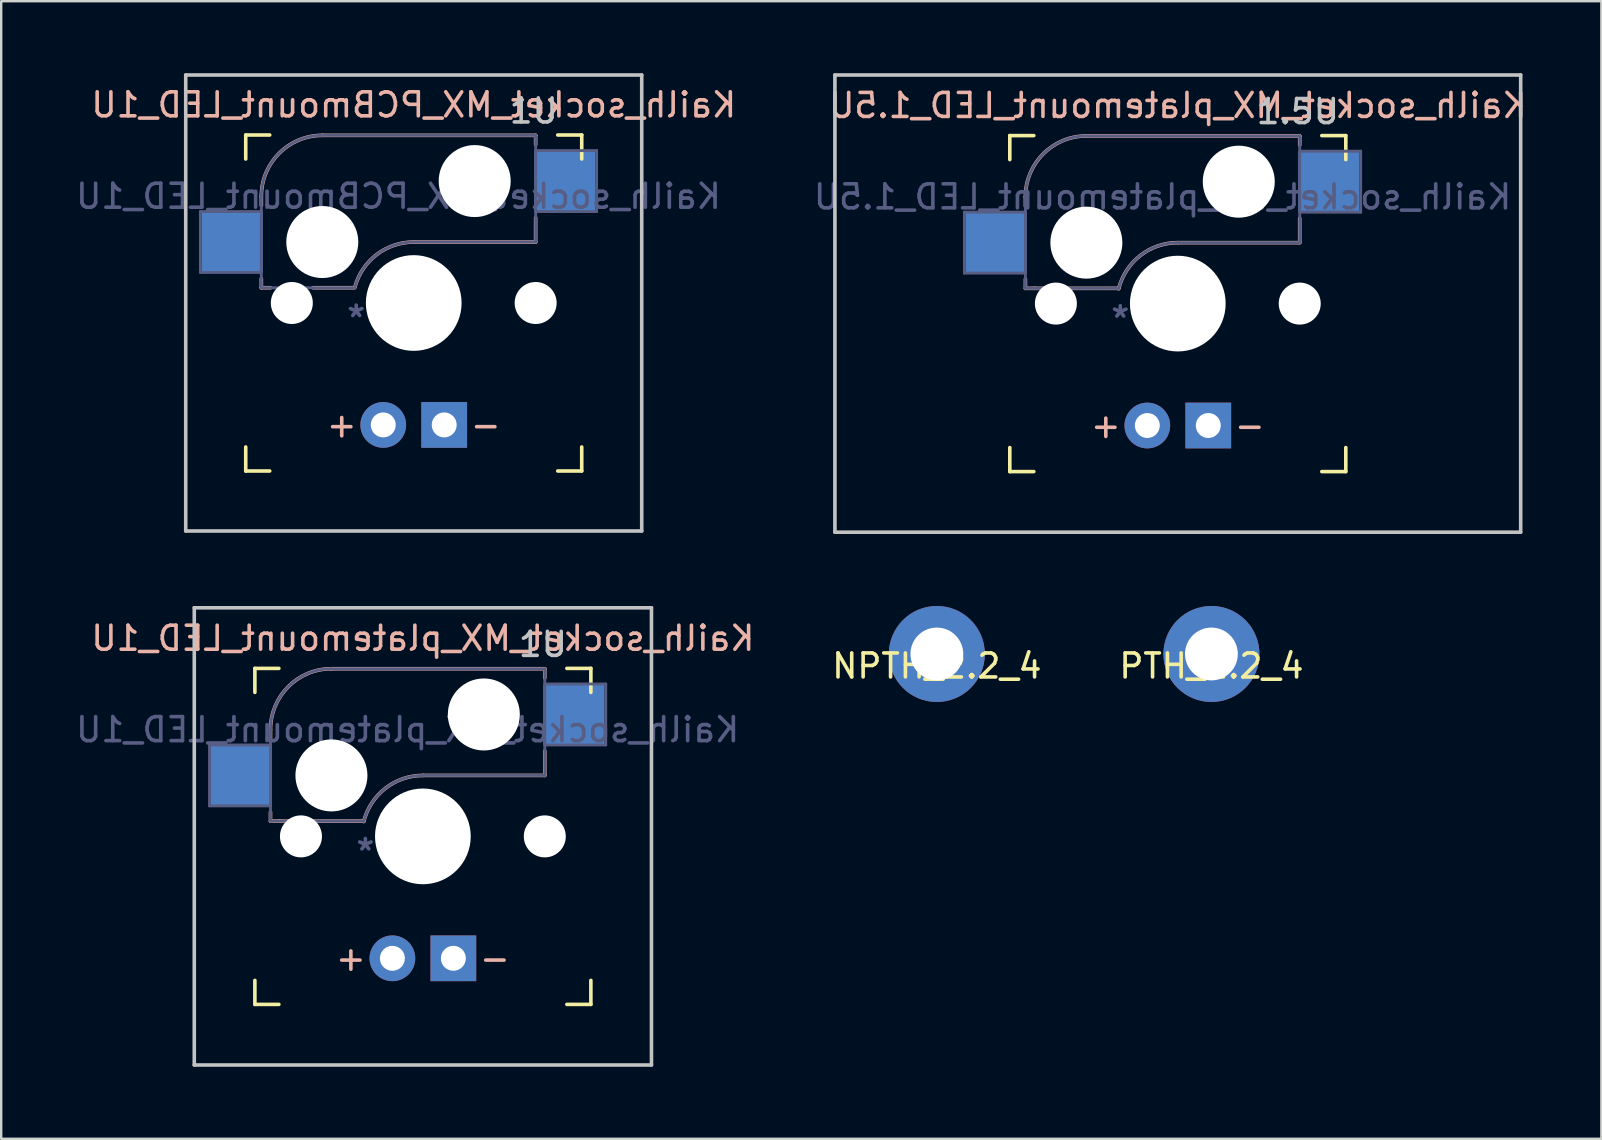
<source format=kicad_pcb>
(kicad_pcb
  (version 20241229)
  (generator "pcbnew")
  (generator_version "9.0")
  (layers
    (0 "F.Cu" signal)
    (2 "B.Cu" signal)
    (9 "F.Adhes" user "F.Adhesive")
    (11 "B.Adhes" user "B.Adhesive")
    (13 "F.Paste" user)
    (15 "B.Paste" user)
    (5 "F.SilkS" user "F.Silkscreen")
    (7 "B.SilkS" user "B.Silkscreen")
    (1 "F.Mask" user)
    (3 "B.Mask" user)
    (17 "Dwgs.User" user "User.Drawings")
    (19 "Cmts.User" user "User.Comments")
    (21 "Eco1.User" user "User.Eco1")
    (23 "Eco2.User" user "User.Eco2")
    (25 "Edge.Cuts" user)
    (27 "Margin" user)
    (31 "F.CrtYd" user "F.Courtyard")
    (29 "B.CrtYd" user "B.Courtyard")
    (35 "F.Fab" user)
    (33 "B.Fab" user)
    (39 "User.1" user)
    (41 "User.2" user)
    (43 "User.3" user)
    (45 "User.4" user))
  (footprint "Kailh_socket_MX_platemount_LED_1.5U"
    (layer "F.Cu")
    (at 46.026 9.6)
    (property "Reference" "Kailh_socket_MX_platemount_LED_1.5U" (at 0 -8.255 0) (layer "B.SilkS") (effects (font (size 1 1) (thickness 0.15)) (justify mirror)))
    (property "Value" "REF**" (at 0 3 0) (layer "F.Fab") (hide yes) (effects (font (size 1 1) (thickness 0.15))))
    (attr smd)
    (fp_line (start -7 -6) (end -7 -7) (stroke (width 0.15) (type solid)) (layer "F.SilkS"))
    (fp_line (start -7 7) (end -7 6) (stroke (width 0.15) (type solid)) (layer "F.SilkS"))
    (fp_line (start -7 7) (end -6 7) (stroke (width 0.15) (type solid)) (layer "F.SilkS"))
    (fp_line (start -6 -7) (end -7 -7) (stroke (width 0.15) (type solid)) (layer "F.SilkS"))
    (fp_line (start 6 7) (end 7 7) (stroke (width 0.15) (type solid)) (layer "F.SilkS"))
    (fp_line (start 7 -7) (end 6 -7) (stroke (width 0.15) (type solid)) (layer "F.SilkS"))
    (fp_line (start 7 -7) (end 7 -6) (stroke (width 0.15) (type solid)) (layer "F.SilkS"))
    (fp_line (start 7 6) (end 7 7) (stroke (width 0.15) (type solid)) (layer "F.SilkS"))
    (fp_line (start -6.35 -4.445) (end -6.35 -4.064) (stroke (width 0.15) (type solid)) (layer "B.SilkS"))
    (fp_line (start -6.35 -1.016) (end -6.35 -0.635) (stroke (width 0.15) (type solid)) (layer "B.SilkS"))
    (fp_line (start -5.969 -0.635) (end -6.35 -0.635) (stroke (width 0.15) (type solid)) (layer "B.SilkS"))
    (fp_line (start -3.81 -6.985) (end 5.08 -6.985) (stroke (width 0.15) (type solid)) (layer "B.SilkS"))
    (fp_line (start -2.464 -0.635) (end -5.969 -0.635) (stroke (width 0.15) (type solid)) (layer "B.SilkS"))
    (fp_line (start 5.08 -6.985) (end 5.08 -6.604) (stroke (width 0.15) (type solid)) (layer "B.SilkS"))
    (fp_line (start 5.08 -3.556) (end 5.08 -2.54) (stroke (width 0.15) (type solid)) (layer "B.SilkS"))
    (fp_line (start 5.08 -2.54) (end 0 -2.54) (stroke (width 0.15) (type solid)) (layer "B.SilkS"))
    (fp_arc (start -6.35 -4.445) (mid -5.606051 -6.241051) (end -3.81 -6.985) (stroke (width 0.15) (type solid)) (layer "B.SilkS"))
    (fp_arc (start -2.464162 -0.61604) (mid -1.563147 -2.002042) (end 0 -2.54) (stroke (width 0.15) (type solid)) (layer "B.SilkS"))
    (fp_line (start -14.287 -9.525) (end 14.287 -9.525) (stroke (width 0.15) (type solid)) (layer "Dwgs.User"))
    (fp_line (start -14.287 9.525) (end -14.287 -9.525) (stroke (width 0.15) (type solid)) (layer "Dwgs.User"))
    (fp_line (start 14.287 -9.525) (end 14.287 9.525) (stroke (width 0.15) (type solid)) (layer "Dwgs.User"))
    (fp_line (start 14.287 9.525) (end -14.287 9.525) (stroke (width 0.15) (type solid)) (layer "Dwgs.User"))
    (fp_line (start -8.89 -3.81) (end -6.35 -3.81) (stroke (width 0.12) (type solid)) (layer "B.Fab"))
    (fp_line (start -8.89 -1.27) (end -8.89 -3.81) (stroke (width 0.12) (type solid)) (layer "B.Fab"))
    (fp_line (start -6.35 -1.27) (end -8.89 -1.27) (stroke (width 0.12) (type solid)) (layer "B.Fab"))
    (fp_line (start -6.35 -0.635) (end -6.35 -4.445) (stroke (width 0.12) (type solid)) (layer "B.Fab"))
    (fp_line (start -6.35 -0.635) (end -2.54 -0.635) (stroke (width 0.12) (type solid)) (layer "B.Fab"))
    (fp_line (start -3.81 -6.985) (end 5.08 -6.985) (stroke (width 0.12) (type solid)) (layer "B.Fab"))
    (fp_line (start 5.08 -6.985) (end 5.08 -2.54) (stroke (width 0.12) (type solid)) (layer "B.Fab"))
    (fp_line (start 5.08 -6.35) (end 7.62 -6.35) (stroke (width 0.12) (type solid)) (layer "B.Fab"))
    (fp_line (start 5.08 -2.54) (end 0 -2.54) (stroke (width 0.12) (type solid)) (layer "B.Fab"))
    (fp_line (start 7.62 -6.35) (end 7.62 -3.81) (stroke (width 0.12) (type solid)) (layer "B.Fab"))
    (fp_line (start 7.62 -3.81) (end 5.08 -3.81) (stroke (width 0.12) (type solid)) (layer "B.Fab"))
    (fp_arc (start -6.35 -4.445) (mid -5.606051 -6.241051) (end -3.81 -6.985) (stroke (width 0.12) (type solid)) (layer "B.Fab"))
    (fp_arc (start -2.464162 -0.61604) (mid -1.563147 -2.002042) (end 0 -2.54) (stroke (width 0.12) (type solid)) (layer "B.Fab"))
    (fp_text user "+" (at -3 5.08 0) (layer "B.SilkS") (effects (font (size 1 1) (thickness 0.15))))
    (fp_text user "-" (at 3 5.08 0) (layer "B.SilkS") (effects (font (size 1 1) (thickness 0.15))))
    (fp_text user "1.5U" (at 5 -8 0) (layer "Dwgs.User") (effects (font (size 1 1) (thickness 0.15))))
    (fp_text user "${VALUE}" (at -0.635 0.635 0) (layer "B.Fab") (effects (font (size 1 1) (thickness 0.15)) (justify mirror)))
    (fp_text user "${REFERENCE}" (at -0.635 -4.445 0) (layer "B.Fab") (effects (font (size 1 1) (thickness 0.15)) (justify mirror)))
    (pad "" np_thru_hole circle (at -5.08 0 48) (size 1.75 1.75) (drill 1.75) (layers "*.Cu" "*.Mask"))
    (pad "" np_thru_hole circle (at -3.81 -2.54) (size 3 3) (drill 3) (layers "*.Cu" "*.Mask"))
    (pad "" np_thru_hole circle (at 0 0) (size 3.988 3.988) (drill 3.988) (layers "*.Cu" "*.Mask"))
    (pad "" np_thru_hole circle (at 2.54 -5.08) (size 3 3) (drill 3) (layers "*.Cu" "*.Mask"))
    (pad "" np_thru_hole circle (at 5.08 0 48) (size 1.75 1.75) (drill 1.75) (layers "*.Cu" "*.Mask"))
    (pad "1" smd rect (at -7.56 -2.54) (size 2.55 2.5) (layers "B.Cu" "B.Mask" "B.Paste"))
    (pad "2" smd rect (at 6.29 -5.08) (size 2.55 2.5) (layers "B.Cu" "B.Mask" "B.Paste"))
    (pad "3" thru_hole circle (at -1.27 5.08) (size 1.905 1.905) (drill 1.04) (layers "*.Cu" "B.Mask"))
    (pad "4" thru_hole rect (at 1.27 5.08) (size 1.905 1.905) (drill 1.04) (layers "*.Cu" "B.Mask")))
  (footprint "Kailh_socket_MX_PCBmount_LED_1U"
    (layer "F.Cu")
    (at 14.189 9.575)
    (property "Reference" "Kailh_socket_MX_PCBmount_LED_1U" (at 0 -8.255 0) (layer "B.SilkS") (effects (font (size 1 1) (thickness 0.15)) (justify mirror)))
    (property "Value" "REF**" (at 0 3 0) (layer "F.Fab") (hide yes) (effects (font (size 1 1) (thickness 0.15))))
    (attr smd)
    (fp_line (start -7 -6) (end -7 -7) (stroke (width 0.15) (type solid)) (layer "F.SilkS"))
    (fp_line (start -7 7) (end -7 6) (stroke (width 0.15) (type solid)) (layer "F.SilkS"))
    (fp_line (start -7 7) (end -6 7) (stroke (width 0.15) (type solid)) (layer "F.SilkS"))
    (fp_line (start -6 -7) (end -7 -7) (stroke (width 0.15) (type solid)) (layer "F.SilkS"))
    (fp_line (start 6 7) (end 7 7) (stroke (width 0.15) (type solid)) (layer "F.SilkS"))
    (fp_line (start 7 -7) (end 6 -7) (stroke (width 0.15) (type solid)) (layer "F.SilkS"))
    (fp_line (start 7 -7) (end 7 -6) (stroke (width 0.15) (type solid)) (layer "F.SilkS"))
    (fp_line (start 7 6) (end 7 7) (stroke (width 0.15) (type solid)) (layer "F.SilkS"))
    (fp_line (start -6.35 -4.445) (end -6.35 -4.064) (stroke (width 0.15) (type solid)) (layer "B.SilkS"))
    (fp_line (start -6.35 -1.016) (end -6.35 -0.635) (stroke (width 0.15) (type solid)) (layer "B.SilkS"))
    (fp_line (start -5.969 -0.635) (end -6.35 -0.635) (stroke (width 0.15) (type solid)) (layer "B.SilkS"))
    (fp_line (start -3.81 -6.985) (end 5.08 -6.985) (stroke (width 0.15) (type solid)) (layer "B.SilkS"))
    (fp_line (start -2.464 -0.635) (end -4.191 -0.635) (stroke (width 0.15) (type solid)) (layer "B.SilkS"))
    (fp_line (start 5.08 -6.985) (end 5.08 -6.604) (stroke (width 0.15) (type solid)) (layer "B.SilkS"))
    (fp_line (start 5.08 -3.556) (end 5.08 -2.54) (stroke (width 0.15) (type solid)) (layer "B.SilkS"))
    (fp_line (start 5.08 -2.54) (end 0 -2.54) (stroke (width 0.15) (type solid)) (layer "B.SilkS"))
    (fp_arc (start -6.35 -4.445) (mid -5.606051 -6.241051) (end -3.81 -6.985) (stroke (width 0.15) (type solid)) (layer "B.SilkS"))
    (fp_arc (start -2.453452 -0.6574) (mid -1.546254 -2.015118) (end 0 -2.54) (stroke (width 0.15) (type solid)) (layer "B.SilkS"))
    (fp_line (start -9.5 -9.5) (end 9.5 -9.5) (stroke (width 0.15) (type solid)) (layer "Dwgs.User"))
    (fp_line (start -9.5 9.5) (end -9.5 -9.5) (stroke (width 0.15) (type solid)) (layer "Dwgs.User"))
    (fp_line (start 9.5 -9.5) (end 9.5 9.5) (stroke (width 0.15) (type solid)) (layer "Dwgs.User"))
    (fp_line (start 9.5 9.5) (end -9.5 9.5) (stroke (width 0.15) (type solid)) (layer "Dwgs.User"))
    (fp_line (start -8.89 -3.81) (end -6.35 -3.81) (stroke (width 0.12) (type solid)) (layer "B.Fab"))
    (fp_line (start -8.89 -1.27) (end -8.89 -3.81) (stroke (width 0.12) (type solid)) (layer "B.Fab"))
    (fp_line (start -6.35 -1.27) (end -8.89 -1.27) (stroke (width 0.12) (type solid)) (layer "B.Fab"))
    (fp_line (start -6.35 -0.635) (end -6.35 -4.445) (stroke (width 0.12) (type solid)) (layer "B.Fab"))
    (fp_line (start -6.35 -0.635) (end -2.54 -0.635) (stroke (width 0.12) (type solid)) (layer "B.Fab"))
    (fp_line (start -3.81 -6.985) (end 5.08 -6.985) (stroke (width 0.12) (type solid)) (layer "B.Fab"))
    (fp_line (start 5.08 -6.985) (end 5.08 -2.54) (stroke (width 0.12) (type solid)) (layer "B.Fab"))
    (fp_line (start 5.08 -6.35) (end 7.62 -6.35) (stroke (width 0.12) (type solid)) (layer "B.Fab"))
    (fp_line (start 5.08 -2.54) (end 0 -2.54) (stroke (width 0.12) (type solid)) (layer "B.Fab"))
    (fp_line (start 7.62 -6.35) (end 7.62 -3.81) (stroke (width 0.12) (type solid)) (layer "B.Fab"))
    (fp_line (start 7.62 -3.81) (end 5.08 -3.81) (stroke (width 0.12) (type solid)) (layer "B.Fab"))
    (fp_arc (start -6.35 -4.445) (mid -5.606051 -6.241051) (end -3.81 -6.985) (stroke (width 0.12) (type solid)) (layer "B.Fab"))
    (fp_arc (start -2.464162 -0.61604) (mid -1.563147 -2.002042) (end 0 -2.54) (stroke (width 0.12) (type solid)) (layer "B.Fab"))
    (fp_text user "+" (at -3 5.08 0) (layer "B.SilkS") (effects (font (size 1 1) (thickness 0.15))))
    (fp_text user "-" (at 3 5.08 0) (layer "B.SilkS") (effects (font (size 1 1) (thickness 0.15))))
    (fp_text user "1U" (at 5 -8 0) (layer "Dwgs.User") (effects (font (size 1 1) (thickness 0.15))))
    (fp_text user "${REFERENCE}" (at -0.635 -4.445 0) (layer "B.Fab") (effects (font (size 1 1) (thickness 0.15)) (justify mirror)))
    (fp_text user "${VALUE}" (at -0.635 0.635 0) (layer "B.Fab") (effects (font (size 1 1) (thickness 0.15)) (justify mirror)))
    (pad "" np_thru_hole circle (at -5.08 0 48) (size 1.75 1.75) (drill 1.75) (layers "*.Cu" "*.Mask"))
    (pad "" np_thru_hole circle (at -3.81 -2.54) (size 3 3) (drill 3) (layers "*.Cu" "*.Mask"))
    (pad "" np_thru_hole circle (at 0 0) (size 3.988 3.988) (drill 3.988) (layers "*.Cu" "*.Mask"))
    (pad "" np_thru_hole circle (at 2.54 -5.08) (size 3 3) (drill 3) (layers "*.Cu" "*.Mask"))
    (pad "" np_thru_hole circle (at 5.08 0 48) (size 1.75 1.75) (drill 1.75) (layers "*.Cu" "*.Mask"))
    (pad "1" smd rect (at -7.56 -2.54) (size 2.55 2.5) (layers "B.Cu" "B.Mask" "B.Paste"))
    (pad "2" smd rect (at 6.29 -5.08) (size 2.55 2.5) (layers "B.Cu" "B.Mask" "B.Paste"))
    (pad "3" thru_hole circle (at -1.27 5.08) (size 1.905 1.905) (drill 1.04) (layers "*.Cu" "B.Mask"))
    (pad "4" thru_hole rect (at 1.27 5.08) (size 1.905 1.905) (drill 1.04) (layers "*.Cu" "B.Mask")))
  (footprint "NPTH_2.2_4"
    (layer "F.Cu")
    (at 35.986 24.2)
    (property "Reference" "NPTH_2.2_4" (at 0 0.5 0) (layer "F.SilkS") (effects (font (size 1 1) (thickness 0.15))))
    (attr through_hole)
    (pad "" thru_hole circle (at 0 0) (size 4 4) (drill 2.2) (layers "*.Cu" "*.Mask")))
  (footprint "PTH_2.2_4"
    (layer "F.Cu")
    (at 47.427 24.2)
    (property "Reference" "PTH_2.2_4" (at 0 0.5 0) (layer "F.SilkS") (effects (font (size 1 1) (thickness 0.15))))
    (attr through_hole)
    (pad "" thru_hole circle (at 0 0) (size 4 4) (drill 2.2) (layers "*.Cu" "*.Mask")))
  (footprint "Kailh_socket_MX_platemount_LED_1U"
    (layer "F.Cu")
    (at 14.57 31.8)
    (property "Reference" "Kailh_socket_MX_platemount_LED_1U" (at 0 -8.255 0) (layer "B.SilkS") (effects (font (size 1 1) (thickness 0.15)) (justify mirror)))
    (property "Value" "REF**" (at 0 3 0) (layer "F.Fab") (hide yes) (effects (font (size 1 1) (thickness 0.15))))
    (attr smd)
    (fp_line (start -7 -6) (end -7 -7) (stroke (width 0.15) (type solid)) (layer "F.SilkS"))
    (fp_line (start -7 7) (end -7 6) (stroke (width 0.15) (type solid)) (layer "F.SilkS"))
    (fp_line (start -7 7) (end -6 7) (stroke (width 0.15) (type solid)) (layer "F.SilkS"))
    (fp_line (start -6 -7) (end -7 -7) (stroke (width 0.15) (type solid)) (layer "F.SilkS"))
    (fp_line (start 6 7) (end 7 7) (stroke (width 0.15) (type solid)) (layer "F.SilkS"))
    (fp_line (start 7 -7) (end 6 -7) (stroke (width 0.15) (type solid)) (layer "F.SilkS"))
    (fp_line (start 7 -7) (end 7 -6) (stroke (width 0.15) (type solid)) (layer "F.SilkS"))
    (fp_line (start 7 6) (end 7 7) (stroke (width 0.15) (type solid)) (layer "F.SilkS"))
    (fp_line (start -6.35 -4.445) (end -6.35 -4.064) (stroke (width 0.15) (type solid)) (layer "B.SilkS"))
    (fp_line (start -6.35 -1.016) (end -6.35 -0.635) (stroke (width 0.15) (type solid)) (layer "B.SilkS"))
    (fp_line (start -5.969 -0.635) (end -6.35 -0.635) (stroke (width 0.15) (type solid)) (layer "B.SilkS"))
    (fp_line (start -3.81 -6.985) (end 5.08 -6.985) (stroke (width 0.15) (type solid)) (layer "B.SilkS"))
    (fp_line (start -2.464 -0.635) (end -5.969 -0.635) (stroke (width 0.15) (type solid)) (layer "B.SilkS"))
    (fp_line (start 5.08 -6.985) (end 5.08 -6.604) (stroke (width 0.15) (type solid)) (layer "B.SilkS"))
    (fp_line (start 5.08 -3.556) (end 5.08 -2.54) (stroke (width 0.15) (type solid)) (layer "B.SilkS"))
    (fp_line (start 5.08 -2.54) (end 0 -2.54) (stroke (width 0.15) (type solid)) (layer "B.SilkS"))
    (fp_arc (start -6.35 -4.445) (mid -5.606051 -6.241051) (end -3.81 -6.985) (stroke (width 0.15) (type solid)) (layer "B.SilkS"))
    (fp_arc (start -2.464162 -0.61604) (mid -1.563147 -2.002042) (end 0 -2.54) (stroke (width 0.15) (type solid)) (layer "B.SilkS"))
    (fp_line (start -9.525 -9.525) (end 9.525 -9.525) (stroke (width 0.15) (type solid)) (layer "Dwgs.User"))
    (fp_line (start -9.525 9.525) (end -9.525 -9.525) (stroke (width 0.15) (type solid)) (layer "Dwgs.User"))
    (fp_line (start 9.525 -9.525) (end 9.525 9.525) (stroke (width 0.15) (type solid)) (layer "Dwgs.User"))
    (fp_line (start 9.525 9.525) (end -9.525 9.525) (stroke (width 0.15) (type solid)) (layer "Dwgs.User"))
    (fp_line (start -8.89 -3.81) (end -6.35 -3.81) (stroke (width 0.12) (type solid)) (layer "B.Fab"))
    (fp_line (start -8.89 -1.27) (end -8.89 -3.81) (stroke (width 0.12) (type solid)) (layer "B.Fab"))
    (fp_line (start -6.35 -1.27) (end -8.89 -1.27) (stroke (width 0.12) (type solid)) (layer "B.Fab"))
    (fp_line (start -6.35 -0.635) (end -6.35 -4.445) (stroke (width 0.12) (type solid)) (layer "B.Fab"))
    (fp_line (start -6.35 -0.635) (end -2.54 -0.635) (stroke (width 0.12) (type solid)) (layer "B.Fab"))
    (fp_line (start -3.81 -6.985) (end 5.08 -6.985) (stroke (width 0.12) (type solid)) (layer "B.Fab"))
    (fp_line (start 5.08 -6.985) (end 5.08 -2.54) (stroke (width 0.12) (type solid)) (layer "B.Fab"))
    (fp_line (start 5.08 -6.35) (end 7.62 -6.35) (stroke (width 0.12) (type solid)) (layer "B.Fab"))
    (fp_line (start 5.08 -2.54) (end 0 -2.54) (stroke (width 0.12) (type solid)) (layer "B.Fab"))
    (fp_line (start 7.62 -6.35) (end 7.62 -3.81) (stroke (width 0.12) (type solid)) (layer "B.Fab"))
    (fp_line (start 7.62 -3.81) (end 5.08 -3.81) (stroke (width 0.12) (type solid)) (layer "B.Fab"))
    (fp_arc (start -6.35 -4.445) (mid -5.606051 -6.241051) (end -3.81 -6.985) (stroke (width 0.12) (type solid)) (layer "B.Fab"))
    (fp_arc (start -2.464162 -0.61604) (mid -1.563147 -2.002042) (end 0 -2.54) (stroke (width 0.12) (type solid)) (layer "B.Fab"))
    (fp_text user "+" (at -3 5.08 0) (layer "B.SilkS") (effects (font (size 1 1) (thickness 0.15))))
    (fp_text user "-" (at 3 5.08 0) (layer "B.SilkS") (effects (font (size 1 1) (thickness 0.15))))
    (fp_text user "1U" (at 5 -8 0) (layer "Dwgs.User") (effects (font (size 1 1) (thickness 0.15))))
    (fp_text user "${REFERENCE}" (at -0.635 -4.445 0) (layer "B.Fab") (effects (font (size 1 1) (thickness 0.15)) (justify mirror)))
    (fp_text user "${VALUE}" (at -0.635 0.635 0) (layer "B.Fab") (effects (font (size 1 1) (thickness 0.15)) (justify mirror)))
    (pad "" np_thru_hole circle (at -5.08 0 48) (size 1.75 1.75) (drill 1.75) (layers "*.Cu" "*.Mask"))
    (pad "" np_thru_hole circle (at -3.81 -2.54) (size 3 3) (drill 3) (layers "*.Cu" "*.Mask"))
    (pad "" np_thru_hole circle (at 0 0) (size 3.988 3.988) (drill 3.988) (layers "*.Cu" "*.Mask"))
    (pad "" np_thru_hole circle (at 2.54 -5.08) (size 3 3) (drill 3) (layers "*.Cu" "*.Mask"))
    (pad "" np_thru_hole circle (at 5.08 0 48) (size 1.75 1.75) (drill 1.75) (layers "*.Cu" "*.Mask"))
    (pad "1" smd rect (at -7.56 -2.54) (size 2.55 2.5) (layers "B.Cu" "B.Mask" "B.Paste"))
    (pad "2" smd rect (at 6.29 -5.08) (size 2.55 2.5) (layers "B.Cu" "B.Mask" "B.Paste"))
    (pad "3" thru_hole circle (at -1.27 5.08) (size 1.905 1.905) (drill 1.04) (layers "*.Cu" "B.Mask"))
    (pad "4" thru_hole rect (at 1.27 5.08) (size 1.905 1.905) (drill 1.04) (layers "*.Cu" "B.Mask")))
  (gr_rect
    (start -3 -3)
    (end 63.675 44.4)
    (stroke (width 0.1) (type default))
    (fill no)
    (layer "Edge.Cuts")))
</source>
